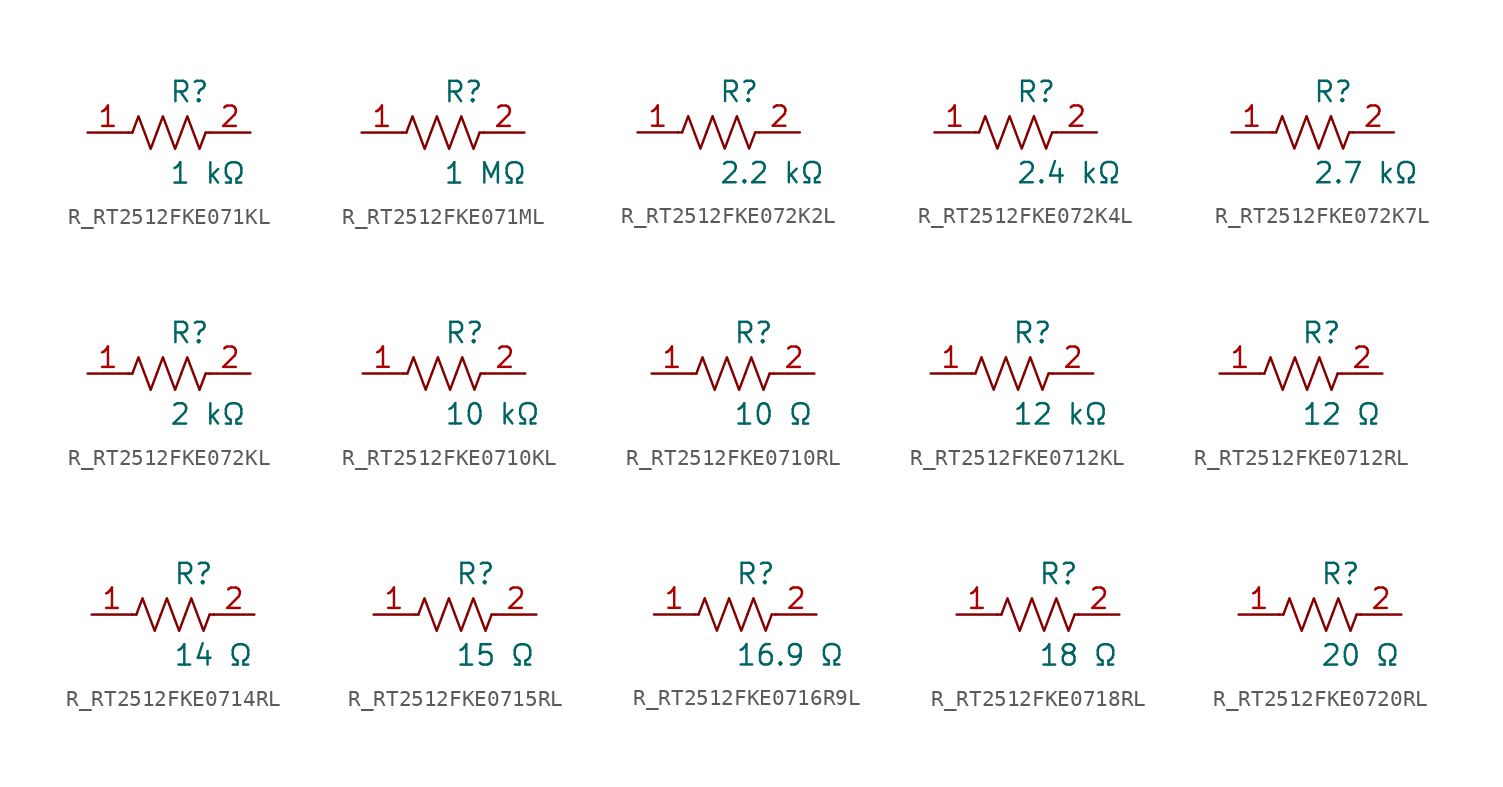
<source format=kicad_sym>
(kicad_symbol_lib
  (version 20231120)
  (generator kicad_symbol_editor)
  (generator_version 8.0)
  (symbol "R_RT2512FKE071KL"
    (pin_names
      (offset 0.254))
    (property "Reference" "R"
      (at 0 2.54 0)
      (effects (font (size 1.27 1.27)) (justify left)))
    (property "Value" "1 kΩ"
      (at 0 -2.54 0)
      (effects (font (size 1.27 1.27)) (justify left)))
    (symbol "R_RT2512FKE071KL_0_1"
      (polyline (pts (xy 2.286 0) (xy 2.54 0)) (stroke (width 0) (type default)) (fill (type none)))
      (polyline (pts (xy -2.286 0) (xy -2.54 0)) (stroke (width 0) (type default)) (fill (type none)))
      (polyline (pts (xy 0.762 0) (xy 1.143 1.016) (xy 1.524 0) (xy 1.905 -1.016) (xy 2.286 0)) (stroke (width 0) (type default)) (fill (type none)))
      (polyline (pts (xy -0.762 0) (xy -0.381 1.016) (xy 0 0) (xy 0.381 -1.016) (xy 0.762 0)) (stroke (width 0) (type default)) (fill (type none)))
      (polyline (pts (xy -2.286 0) (xy -1.905 1.016) (xy -1.524 0) (xy -1.143 -1.016) (xy -0.762 0)) (stroke (width 0) (type default)) (fill (type none))))
    (pin passive line
      (at -5.08 0 0)
      (length 2.54)
      (name "" (effects (font (size 1.27 1.27))))
      (number "1" (effects (font (size 1.27 1.27)))))
    (pin passive line
      (at 5.08 0 180)
      (length 2.54)
      (name "" (effects (font (size 1.27 1.27))))
      (number "2" (effects (font (size 1.27 1.27))))))
  (symbol "R_RT2512FKE071ML"
    (pin_names
      (offset 0.254))
    (property "Reference" "R"
      (at 0 2.54 0)
      (effects (font (size 1.27 1.27)) (justify left)))
    (property "Value" "1 MΩ"
      (at 0 -2.54 0)
      (effects (font (size 1.27 1.27)) (justify left)))
    (symbol "R_RT2512FKE071ML_0_1"
      (polyline (pts (xy 2.286 0) (xy 2.54 0)) (stroke (width 0) (type default)) (fill (type none)))
      (polyline (pts (xy -2.286 0) (xy -2.54 0)) (stroke (width 0) (type default)) (fill (type none)))
      (polyline (pts (xy 0.762 0) (xy 1.143 1.016) (xy 1.524 0) (xy 1.905 -1.016) (xy 2.286 0)) (stroke (width 0) (type default)) (fill (type none)))
      (polyline (pts (xy -0.762 0) (xy -0.381 1.016) (xy 0 0) (xy 0.381 -1.016) (xy 0.762 0)) (stroke (width 0) (type default)) (fill (type none)))
      (polyline (pts (xy -2.286 0) (xy -1.905 1.016) (xy -1.524 0) (xy -1.143 -1.016) (xy -0.762 0)) (stroke (width 0) (type default)) (fill (type none))))
    (pin passive line
      (at -5.08 0 0)
      (length 2.54)
      (name "" (effects (font (size 1.27 1.27))))
      (number "1" (effects (font (size 1.27 1.27)))))
    (pin passive line
      (at 5.08 0 180)
      (length 2.54)
      (name "" (effects (font (size 1.27 1.27))))
      (number "2" (effects (font (size 1.27 1.27))))))
  (symbol "R_RT2512FKE072K2L"
    (pin_names
      (offset 0.254))
    (property "Reference" "R"
      (at 0 2.54 0)
      (effects (font (size 1.27 1.27)) (justify left)))
    (property "Value" "2.2 kΩ"
      (at 0 -2.54 0)
      (effects (font (size 1.27 1.27)) (justify left)))
    (symbol "R_RT2512FKE072K2L_0_1"
      (polyline (pts (xy 2.286 0) (xy 2.54 0)) (stroke (width 0) (type default)) (fill (type none)))
      (polyline (pts (xy -2.286 0) (xy -2.54 0)) (stroke (width 0) (type default)) (fill (type none)))
      (polyline (pts (xy 0.762 0) (xy 1.143 1.016) (xy 1.524 0) (xy 1.905 -1.016) (xy 2.286 0)) (stroke (width 0) (type default)) (fill (type none)))
      (polyline (pts (xy -0.762 0) (xy -0.381 1.016) (xy 0 0) (xy 0.381 -1.016) (xy 0.762 0)) (stroke (width 0) (type default)) (fill (type none)))
      (polyline (pts (xy -2.286 0) (xy -1.905 1.016) (xy -1.524 0) (xy -1.143 -1.016) (xy -0.762 0)) (stroke (width 0) (type default)) (fill (type none))))
    (pin passive line
      (at -5.08 0 0)
      (length 2.54)
      (name "" (effects (font (size 1.27 1.27))))
      (number "1" (effects (font (size 1.27 1.27)))))
    (pin passive line
      (at 5.08 0 180)
      (length 2.54)
      (name "" (effects (font (size 1.27 1.27))))
      (number "2" (effects (font (size 1.27 1.27))))))
  (symbol "R_RT2512FKE072K4L"
    (pin_names
      (offset 0.254))
    (property "Reference" "R"
      (at 0 2.54 0)
      (effects (font (size 1.27 1.27)) (justify left)))
    (property "Value" "2.4 kΩ"
      (at 0 -2.54 0)
      (effects (font (size 1.27 1.27)) (justify left)))
    (symbol "R_RT2512FKE072K4L_0_1"
      (polyline (pts (xy 2.286 0) (xy 2.54 0)) (stroke (width 0) (type default)) (fill (type none)))
      (polyline (pts (xy -2.286 0) (xy -2.54 0)) (stroke (width 0) (type default)) (fill (type none)))
      (polyline (pts (xy 0.762 0) (xy 1.143 1.016) (xy 1.524 0) (xy 1.905 -1.016) (xy 2.286 0)) (stroke (width 0) (type default)) (fill (type none)))
      (polyline (pts (xy -0.762 0) (xy -0.381 1.016) (xy 0 0) (xy 0.381 -1.016) (xy 0.762 0)) (stroke (width 0) (type default)) (fill (type none)))
      (polyline (pts (xy -2.286 0) (xy -1.905 1.016) (xy -1.524 0) (xy -1.143 -1.016) (xy -0.762 0)) (stroke (width 0) (type default)) (fill (type none))))
    (pin passive line
      (at -5.08 0 0)
      (length 2.54)
      (name "" (effects (font (size 1.27 1.27))))
      (number "1" (effects (font (size 1.27 1.27)))))
    (pin passive line
      (at 5.08 0 180)
      (length 2.54)
      (name "" (effects (font (size 1.27 1.27))))
      (number "2" (effects (font (size 1.27 1.27))))))
  (symbol "R_RT2512FKE072K7L"
    (pin_names
      (offset 0.254))
    (property "Reference" "R"
      (at 0 2.54 0)
      (effects (font (size 1.27 1.27)) (justify left)))
    (property "Value" "2.7 kΩ"
      (at 0 -2.54 0)
      (effects (font (size 1.27 1.27)) (justify left)))
    (symbol "R_RT2512FKE072K7L_0_1"
      (polyline (pts (xy 2.286 0) (xy 2.54 0)) (stroke (width 0) (type default)) (fill (type none)))
      (polyline (pts (xy -2.286 0) (xy -2.54 0)) (stroke (width 0) (type default)) (fill (type none)))
      (polyline (pts (xy 0.762 0) (xy 1.143 1.016) (xy 1.524 0) (xy 1.905 -1.016) (xy 2.286 0)) (stroke (width 0) (type default)) (fill (type none)))
      (polyline (pts (xy -0.762 0) (xy -0.381 1.016) (xy 0 0) (xy 0.381 -1.016) (xy 0.762 0)) (stroke (width 0) (type default)) (fill (type none)))
      (polyline (pts (xy -2.286 0) (xy -1.905 1.016) (xy -1.524 0) (xy -1.143 -1.016) (xy -0.762 0)) (stroke (width 0) (type default)) (fill (type none))))
    (pin passive line
      (at -5.08 0 0)
      (length 2.54)
      (name "" (effects (font (size 1.27 1.27))))
      (number "1" (effects (font (size 1.27 1.27)))))
    (pin passive line
      (at 5.08 0 180)
      (length 2.54)
      (name "" (effects (font (size 1.27 1.27))))
      (number "2" (effects (font (size 1.27 1.27))))))
  (symbol "R_RT2512FKE072KL"
    (pin_names
      (offset 0.254))
    (property "Reference" "R"
      (at 0 2.54 0)
      (effects (font (size 1.27 1.27)) (justify left)))
    (property "Value" "2 kΩ"
      (at 0 -2.54 0)
      (effects (font (size 1.27 1.27)) (justify left)))
    (symbol "R_RT2512FKE072KL_0_1"
      (polyline (pts (xy 2.286 0) (xy 2.54 0)) (stroke (width 0) (type default)) (fill (type none)))
      (polyline (pts (xy -2.286 0) (xy -2.54 0)) (stroke (width 0) (type default)) (fill (type none)))
      (polyline (pts (xy 0.762 0) (xy 1.143 1.016) (xy 1.524 0) (xy 1.905 -1.016) (xy 2.286 0)) (stroke (width 0) (type default)) (fill (type none)))
      (polyline (pts (xy -0.762 0) (xy -0.381 1.016) (xy 0 0) (xy 0.381 -1.016) (xy 0.762 0)) (stroke (width 0) (type default)) (fill (type none)))
      (polyline (pts (xy -2.286 0) (xy -1.905 1.016) (xy -1.524 0) (xy -1.143 -1.016) (xy -0.762 0)) (stroke (width 0) (type default)) (fill (type none))))
    (pin passive line
      (at -5.08 0 0)
      (length 2.54)
      (name "" (effects (font (size 1.27 1.27))))
      (number "1" (effects (font (size 1.27 1.27)))))
    (pin passive line
      (at 5.08 0 180)
      (length 2.54)
      (name "" (effects (font (size 1.27 1.27))))
      (number "2" (effects (font (size 1.27 1.27))))))
  (symbol "R_RT2512FKE0710KL"
    (pin_names
      (offset 0.254))
    (property "Reference" "R"
      (at 0 2.54 0)
      (effects (font (size 1.27 1.27)) (justify left)))
    (property "Value" "10 kΩ"
      (at 0 -2.54 0)
      (effects (font (size 1.27 1.27)) (justify left)))
    (symbol "R_RT2512FKE0710KL_0_1"
      (polyline (pts (xy 2.286 0) (xy 2.54 0)) (stroke (width 0) (type default)) (fill (type none)))
      (polyline (pts (xy -2.286 0) (xy -2.54 0)) (stroke (width 0) (type default)) (fill (type none)))
      (polyline (pts (xy 0.762 0) (xy 1.143 1.016) (xy 1.524 0) (xy 1.905 -1.016) (xy 2.286 0)) (stroke (width 0) (type default)) (fill (type none)))
      (polyline (pts (xy -0.762 0) (xy -0.381 1.016) (xy 0 0) (xy 0.381 -1.016) (xy 0.762 0)) (stroke (width 0) (type default)) (fill (type none)))
      (polyline (pts (xy -2.286 0) (xy -1.905 1.016) (xy -1.524 0) (xy -1.143 -1.016) (xy -0.762 0)) (stroke (width 0) (type default)) (fill (type none))))
    (pin passive line
      (at -5.08 0 0)
      (length 2.54)
      (name "" (effects (font (size 1.27 1.27))))
      (number "1" (effects (font (size 1.27 1.27)))))
    (pin passive line
      (at 5.08 0 180)
      (length 2.54)
      (name "" (effects (font (size 1.27 1.27))))
      (number "2" (effects (font (size 1.27 1.27))))))
  (symbol "R_RT2512FKE0710RL"
    (pin_names
      (offset 0.254))
    (property "Reference" "R"
      (at 0 2.54 0)
      (effects (font (size 1.27 1.27)) (justify left)))
    (property "Value" "10 Ω"
      (at 0 -2.54 0)
      (effects (font (size 1.27 1.27)) (justify left)))
    (symbol "R_RT2512FKE0710RL_0_1"
      (polyline (pts (xy 2.286 0) (xy 2.54 0)) (stroke (width 0) (type default)) (fill (type none)))
      (polyline (pts (xy -2.286 0) (xy -2.54 0)) (stroke (width 0) (type default)) (fill (type none)))
      (polyline (pts (xy 0.762 0) (xy 1.143 1.016) (xy 1.524 0) (xy 1.905 -1.016) (xy 2.286 0)) (stroke (width 0) (type default)) (fill (type none)))
      (polyline (pts (xy -0.762 0) (xy -0.381 1.016) (xy 0 0) (xy 0.381 -1.016) (xy 0.762 0)) (stroke (width 0) (type default)) (fill (type none)))
      (polyline (pts (xy -2.286 0) (xy -1.905 1.016) (xy -1.524 0) (xy -1.143 -1.016) (xy -0.762 0)) (stroke (width 0) (type default)) (fill (type none))))
    (pin passive line
      (at -5.08 0 0)
      (length 2.54)
      (name "" (effects (font (size 1.27 1.27))))
      (number "1" (effects (font (size 1.27 1.27)))))
    (pin passive line
      (at 5.08 0 180)
      (length 2.54)
      (name "" (effects (font (size 1.27 1.27))))
      (number "2" (effects (font (size 1.27 1.27))))))
  (symbol "R_RT2512FKE0712KL"
    (pin_names
      (offset 0.254))
    (property "Reference" "R"
      (at 0 2.54 0)
      (effects (font (size 1.27 1.27)) (justify left)))
    (property "Value" "12 kΩ"
      (at 0 -2.54 0)
      (effects (font (size 1.27 1.27)) (justify left)))
    (symbol "R_RT2512FKE0712KL_0_1"
      (polyline (pts (xy 2.286 0) (xy 2.54 0)) (stroke (width 0) (type default)) (fill (type none)))
      (polyline (pts (xy -2.286 0) (xy -2.54 0)) (stroke (width 0) (type default)) (fill (type none)))
      (polyline (pts (xy 0.762 0) (xy 1.143 1.016) (xy 1.524 0) (xy 1.905 -1.016) (xy 2.286 0)) (stroke (width 0) (type default)) (fill (type none)))
      (polyline (pts (xy -0.762 0) (xy -0.381 1.016) (xy 0 0) (xy 0.381 -1.016) (xy 0.762 0)) (stroke (width 0) (type default)) (fill (type none)))
      (polyline (pts (xy -2.286 0) (xy -1.905 1.016) (xy -1.524 0) (xy -1.143 -1.016) (xy -0.762 0)) (stroke (width 0) (type default)) (fill (type none))))
    (pin passive line
      (at -5.08 0 0)
      (length 2.54)
      (name "" (effects (font (size 1.27 1.27))))
      (number "1" (effects (font (size 1.27 1.27)))))
    (pin passive line
      (at 5.08 0 180)
      (length 2.54)
      (name "" (effects (font (size 1.27 1.27))))
      (number "2" (effects (font (size 1.27 1.27))))))
  (symbol "R_RT2512FKE0712RL"
    (pin_names
      (offset 0.254))
    (property "Reference" "R"
      (at 0 2.54 0)
      (effects (font (size 1.27 1.27)) (justify left)))
    (property "Value" "12 Ω"
      (at 0 -2.54 0)
      (effects (font (size 1.27 1.27)) (justify left)))
    (symbol "R_RT2512FKE0712RL_0_1"
      (polyline (pts (xy 2.286 0) (xy 2.54 0)) (stroke (width 0) (type default)) (fill (type none)))
      (polyline (pts (xy -2.286 0) (xy -2.54 0)) (stroke (width 0) (type default)) (fill (type none)))
      (polyline (pts (xy 0.762 0) (xy 1.143 1.016) (xy 1.524 0) (xy 1.905 -1.016) (xy 2.286 0)) (stroke (width 0) (type default)) (fill (type none)))
      (polyline (pts (xy -0.762 0) (xy -0.381 1.016) (xy 0 0) (xy 0.381 -1.016) (xy 0.762 0)) (stroke (width 0) (type default)) (fill (type none)))
      (polyline (pts (xy -2.286 0) (xy -1.905 1.016) (xy -1.524 0) (xy -1.143 -1.016) (xy -0.762 0)) (stroke (width 0) (type default)) (fill (type none))))
    (pin passive line
      (at -5.08 0 0)
      (length 2.54)
      (name "" (effects (font (size 1.27 1.27))))
      (number "1" (effects (font (size 1.27 1.27)))))
    (pin passive line
      (at 5.08 0 180)
      (length 2.54)
      (name "" (effects (font (size 1.27 1.27))))
      (number "2" (effects (font (size 1.27 1.27))))))
  (symbol "R_RT2512FKE0714RL"
    (pin_names
      (offset 0.254))
    (property "Reference" "R"
      (at 0 2.54 0)
      (effects (font (size 1.27 1.27)) (justify left)))
    (property "Value" "14 Ω"
      (at 0 -2.54 0)
      (effects (font (size 1.27 1.27)) (justify left)))
    (symbol "R_RT2512FKE0714RL_0_1"
      (polyline (pts (xy 2.286 0) (xy 2.54 0)) (stroke (width 0) (type default)) (fill (type none)))
      (polyline (pts (xy -2.286 0) (xy -2.54 0)) (stroke (width 0) (type default)) (fill (type none)))
      (polyline (pts (xy 0.762 0) (xy 1.143 1.016) (xy 1.524 0) (xy 1.905 -1.016) (xy 2.286 0)) (stroke (width 0) (type default)) (fill (type none)))
      (polyline (pts (xy -0.762 0) (xy -0.381 1.016) (xy 0 0) (xy 0.381 -1.016) (xy 0.762 0)) (stroke (width 0) (type default)) (fill (type none)))
      (polyline (pts (xy -2.286 0) (xy -1.905 1.016) (xy -1.524 0) (xy -1.143 -1.016) (xy -0.762 0)) (stroke (width 0) (type default)) (fill (type none))))
    (pin passive line
      (at -5.08 0 0)
      (length 2.54)
      (name "" (effects (font (size 1.27 1.27))))
      (number "1" (effects (font (size 1.27 1.27)))))
    (pin passive line
      (at 5.08 0 180)
      (length 2.54)
      (name "" (effects (font (size 1.27 1.27))))
      (number "2" (effects (font (size 1.27 1.27))))))
  (symbol "R_RT2512FKE0715RL"
    (pin_names
      (offset 0.254))
    (property "Reference" "R"
      (at 0 2.54 0)
      (effects (font (size 1.27 1.27)) (justify left)))
    (property "Value" "15 Ω"
      (at 0 -2.54 0)
      (effects (font (size 1.27 1.27)) (justify left)))
    (symbol "R_RT2512FKE0715RL_0_1"
      (polyline (pts (xy 2.286 0) (xy 2.54 0)) (stroke (width 0) (type default)) (fill (type none)))
      (polyline (pts (xy -2.286 0) (xy -2.54 0)) (stroke (width 0) (type default)) (fill (type none)))
      (polyline (pts (xy 0.762 0) (xy 1.143 1.016) (xy 1.524 0) (xy 1.905 -1.016) (xy 2.286 0)) (stroke (width 0) (type default)) (fill (type none)))
      (polyline (pts (xy -0.762 0) (xy -0.381 1.016) (xy 0 0) (xy 0.381 -1.016) (xy 0.762 0)) (stroke (width 0) (type default)) (fill (type none)))
      (polyline (pts (xy -2.286 0) (xy -1.905 1.016) (xy -1.524 0) (xy -1.143 -1.016) (xy -0.762 0)) (stroke (width 0) (type default)) (fill (type none))))
    (pin passive line
      (at -5.08 0 0)
      (length 2.54)
      (name "" (effects (font (size 1.27 1.27))))
      (number "1" (effects (font (size 1.27 1.27)))))
    (pin passive line
      (at 5.08 0 180)
      (length 2.54)
      (name "" (effects (font (size 1.27 1.27))))
      (number "2" (effects (font (size 1.27 1.27))))))
  (symbol "R_RT2512FKE0716R9L"
    (pin_names
      (offset 0.254))
    (property "Reference" "R"
      (at 0 2.54 0)
      (effects (font (size 1.27 1.27)) (justify left)))
    (property "Value" "16.9 Ω"
      (at 0 -2.54 0)
      (effects (font (size 1.27 1.27)) (justify left)))
    (symbol "R_RT2512FKE0716R9L_0_1"
      (polyline (pts (xy 2.286 0) (xy 2.54 0)) (stroke (width 0) (type default)) (fill (type none)))
      (polyline (pts (xy -2.286 0) (xy -2.54 0)) (stroke (width 0) (type default)) (fill (type none)))
      (polyline (pts (xy 0.762 0) (xy 1.143 1.016) (xy 1.524 0) (xy 1.905 -1.016) (xy 2.286 0)) (stroke (width 0) (type default)) (fill (type none)))
      (polyline (pts (xy -0.762 0) (xy -0.381 1.016) (xy 0 0) (xy 0.381 -1.016) (xy 0.762 0)) (stroke (width 0) (type default)) (fill (type none)))
      (polyline (pts (xy -2.286 0) (xy -1.905 1.016) (xy -1.524 0) (xy -1.143 -1.016) (xy -0.762 0)) (stroke (width 0) (type default)) (fill (type none))))
    (pin passive line
      (at -5.08 0 0)
      (length 2.54)
      (name "" (effects (font (size 1.27 1.27))))
      (number "1" (effects (font (size 1.27 1.27)))))
    (pin passive line
      (at 5.08 0 180)
      (length 2.54)
      (name "" (effects (font (size 1.27 1.27))))
      (number "2" (effects (font (size 1.27 1.27))))))
  (symbol "R_RT2512FKE0718RL"
    (pin_names
      (offset 0.254))
    (property "Reference" "R"
      (at 0 2.54 0)
      (effects (font (size 1.27 1.27)) (justify left)))
    (property "Value" "18 Ω"
      (at 0 -2.54 0)
      (effects (font (size 1.27 1.27)) (justify left)))
    (symbol "R_RT2512FKE0718RL_0_1"
      (polyline (pts (xy 2.286 0) (xy 2.54 0)) (stroke (width 0) (type default)) (fill (type none)))
      (polyline (pts (xy -2.286 0) (xy -2.54 0)) (stroke (width 0) (type default)) (fill (type none)))
      (polyline (pts (xy 0.762 0) (xy 1.143 1.016) (xy 1.524 0) (xy 1.905 -1.016) (xy 2.286 0)) (stroke (width 0) (type default)) (fill (type none)))
      (polyline (pts (xy -0.762 0) (xy -0.381 1.016) (xy 0 0) (xy 0.381 -1.016) (xy 0.762 0)) (stroke (width 0) (type default)) (fill (type none)))
      (polyline (pts (xy -2.286 0) (xy -1.905 1.016) (xy -1.524 0) (xy -1.143 -1.016) (xy -0.762 0)) (stroke (width 0) (type default)) (fill (type none))))
    (pin passive line
      (at -5.08 0 0)
      (length 2.54)
      (name "" (effects (font (size 1.27 1.27))))
      (number "1" (effects (font (size 1.27 1.27)))))
    (pin passive line
      (at 5.08 0 180)
      (length 2.54)
      (name "" (effects (font (size 1.27 1.27))))
      (number "2" (effects (font (size 1.27 1.27))))))
  (symbol "R_RT2512FKE0720RL"
    (pin_names
      (offset 0.254))
    (property "Reference" "R"
      (at 0 2.54 0)
      (effects (font (size 1.27 1.27)) (justify left)))
    (property "Value" "20 Ω"
      (at 0 -2.54 0)
      (effects (font (size 1.27 1.27)) (justify left)))
    (symbol "R_RT2512FKE0720RL_0_1"
      (polyline (pts (xy 2.286 0) (xy 2.54 0)) (stroke (width 0) (type default)) (fill (type none)))
      (polyline (pts (xy -2.286 0) (xy -2.54 0)) (stroke (width 0) (type default)) (fill (type none)))
      (polyline (pts (xy 0.762 0) (xy 1.143 1.016) (xy 1.524 0) (xy 1.905 -1.016) (xy 2.286 0)) (stroke (width 0) (type default)) (fill (type none)))
      (polyline (pts (xy -0.762 0) (xy -0.381 1.016) (xy 0 0) (xy 0.381 -1.016) (xy 0.762 0)) (stroke (width 0) (type default)) (fill (type none)))
      (polyline (pts (xy -2.286 0) (xy -1.905 1.016) (xy -1.524 0) (xy -1.143 -1.016) (xy -0.762 0)) (stroke (width 0) (type default)) (fill (type none))))
    (pin passive line
      (at -5.08 0 0)
      (length 2.54)
      (name "" (effects (font (size 1.27 1.27))))
      (number "1" (effects (font (size 1.27 1.27)))))
    (pin passive line
      (at 5.08 0 180)
      (length 2.54)
      (name "" (effects (font (size 1.27 1.27))))
      (number "2" (effects (font (size 1.27 1.27)))))))
</source>
